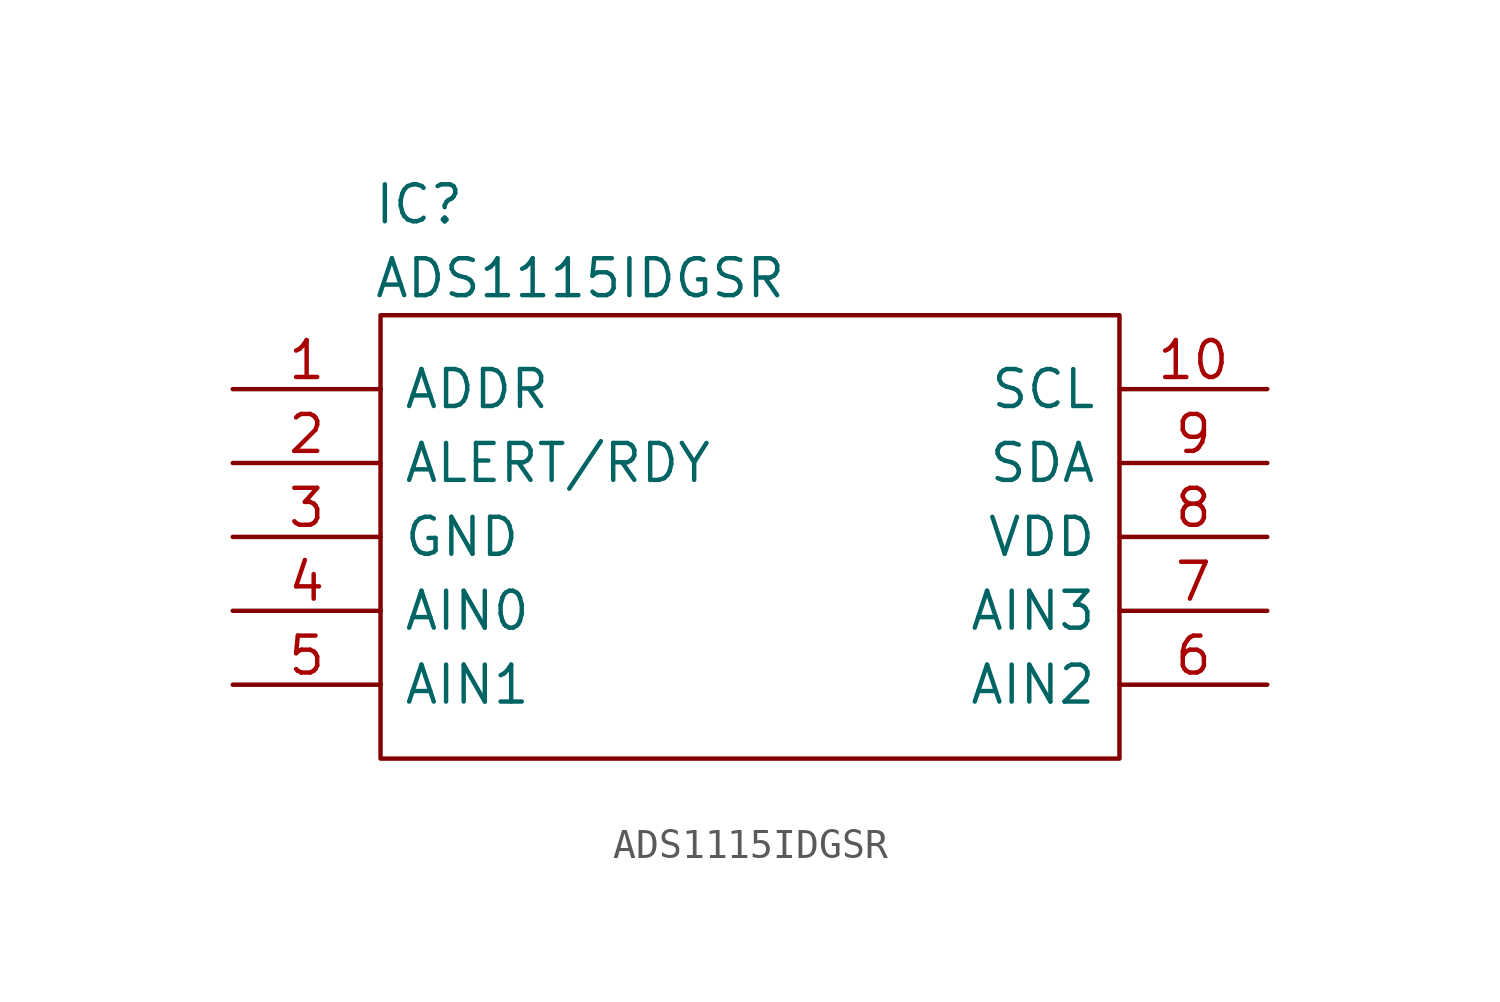
<source format=kicad_sym>
(kicad_symbol_lib
  (version 20231120)
  (generator "kicad_symbol_editor")
  (generator_version "8.0")
  (symbol "ADS1115IDGSR"
    (pin_names
      (offset 0.762))
    (property "Reference" "IC"
      (at 4.826 6.35 0)
      (effects (font (size 1.27 1.27)) (justify left)))
    (property "Value" "ADS1115IDGSR"
      (at 4.826 3.81 0)
      (effects (font (size 1.27 1.27)) (justify left)))
    (symbol "ADS1115IDGSR_0_0"
      (pin passive line (at 0 0 0) (length 5.08) (name "ADDR" (effects (font (size 1.27 1.27)))) (number "1" (effects (font (size 1.27 1.27)))))
      (pin passive line (at 35.56 0 180) (length 5.08) (name "SCL" (effects (font (size 1.27 1.27)))) (number "10" (effects (font (size 1.27 1.27)))))
      (pin passive line (at 0 -2.54 0) (length 5.08) (name "ALERT/RDY" (effects (font (size 1.27 1.27)))) (number "2" (effects (font (size 1.27 1.27)))))
      (pin passive line (at 0 -5.08 0) (length 5.08) (name "GND" (effects (font (size 1.27 1.27)))) (number "3" (effects (font (size 1.27 1.27)))))
      (pin passive line (at 0 -7.62 0) (length 5.08) (name "AIN0" (effects (font (size 1.27 1.27)))) (number "4" (effects (font (size 1.27 1.27)))))
      (pin passive line (at 0 -10.16 0) (length 5.08) (name "AIN1" (effects (font (size 1.27 1.27)))) (number "5" (effects (font (size 1.27 1.27)))))
      (pin passive line (at 35.56 -10.16 180) (length 5.08) (name "AIN2" (effects (font (size 1.27 1.27)))) (number "6" (effects (font (size 1.27 1.27)))))
      (pin passive line (at 35.56 -7.62 180) (length 5.08) (name "AIN3" (effects (font (size 1.27 1.27)))) (number "7" (effects (font (size 1.27 1.27)))))
      (pin passive line (at 35.56 -5.08 180) (length 5.08) (name "VDD" (effects (font (size 1.27 1.27)))) (number "8" (effects (font (size 1.27 1.27)))))
      (pin passive line (at 35.56 -2.54 180) (length 5.08) (name "SDA" (effects (font (size 1.27 1.27)))) (number "9" (effects (font (size 1.27 1.27))))))
    (symbol "ADS1115IDGSR_0_1"
      (polyline (pts (xy 5.08 2.54) (xy 30.48 2.54) (xy 30.48 -12.7) (xy 5.08 -12.7) (xy 5.08 2.54)) (stroke (width 0.152) (type solid)) (fill (type none))))))
</source>
